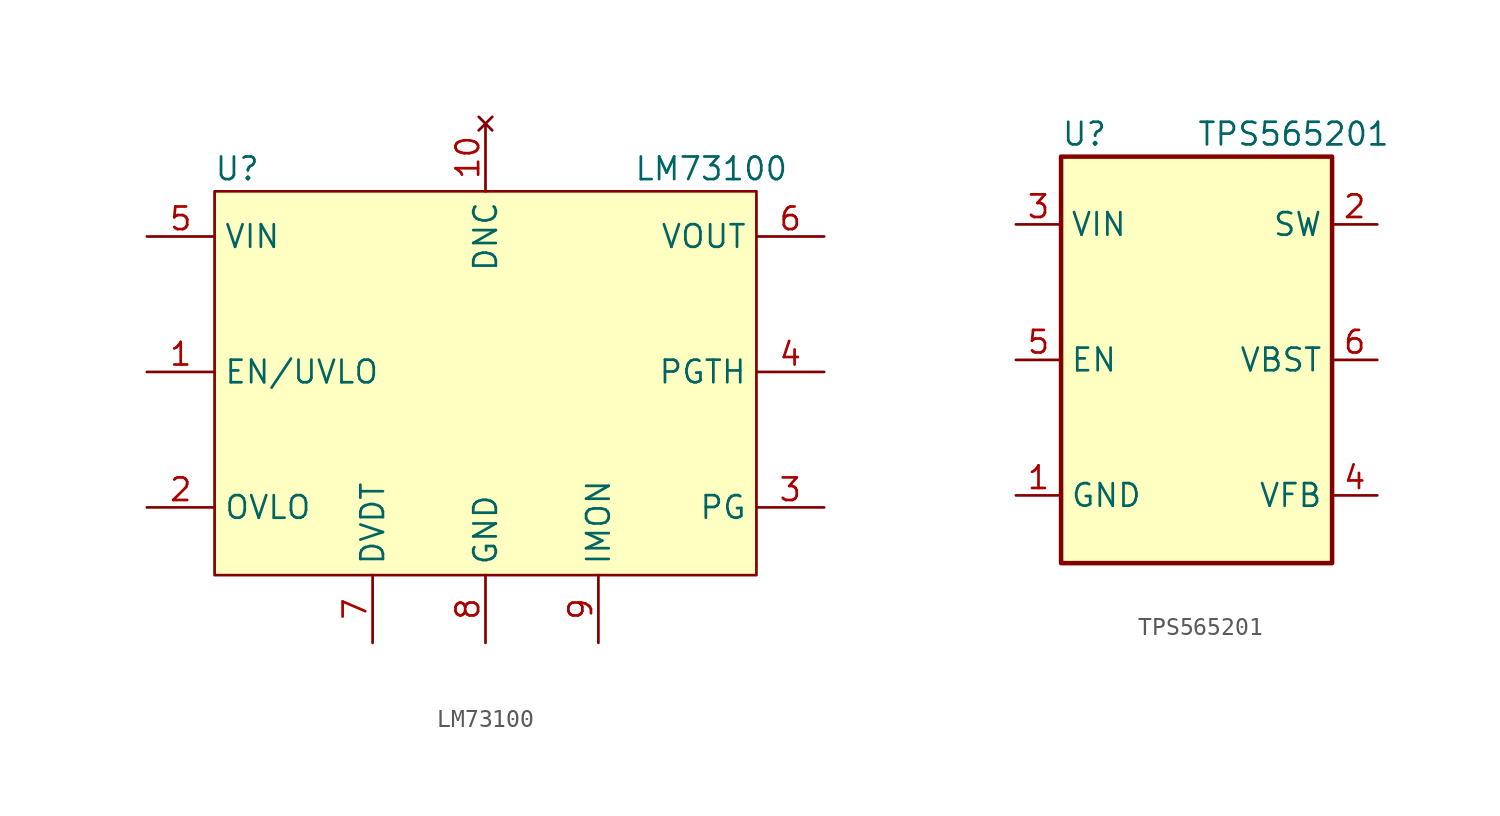
<source format=kicad_sym>
(kicad_symbol_lib
  (version 20241209)
  (generator "kicad_symbol_editor")
  (generator_version "9.0")
  (symbol "LM73100"
    (property "Reference" "U"
      (at -13.97 7.62 0)
      (effects (font (size 1.27 1.27))))
    (property "Value" "LM73100"
      (at 12.7 7.62 0)
      (effects (font (size 1.27 1.27))))
    (symbol "LM73100_0_1"
      (rectangle (start -15.24 6.35) (end 15.24 -15.24) (stroke (width 0) (type default)) (fill (type background))))
    (symbol "LM73100_1_1"
      (pin power_in line (at -19.05 3.81 0) (length 3.81) (name "VIN" (effects (font (size 1.27 1.27)))) (number "5" (effects (font (size 1.27 1.27)))))
      (pin input line (at -19.05 -3.81 0) (length 3.81) (name "EN/UVLO" (effects (font (size 1.27 1.27)))) (number "1" (effects (font (size 1.27 1.27)))))
      (pin input line (at -19.05 -11.43 0) (length 3.81) (name "OVLO" (effects (font (size 1.27 1.27)))) (number "2" (effects (font (size 1.27 1.27)))))
      (pin output line (at -6.35 -19.05 90) (length 3.81) (name "DVDT" (effects (font (size 1.27 1.27)))) (number "7" (effects (font (size 1.27 1.27)))))
      (pin no_connect line (at 0 10.16 270) (length 3.81) (name "DNC" (effects (font (size 1.27 1.27)))) (number "10" (effects (font (size 1.27 1.27)))))
      (pin power_in line (at 0 -19.05 90) (length 3.81) (name "GND" (effects (font (size 1.27 1.27)))) (number "8" (effects (font (size 1.27 1.27)))))
      (pin output line (at 6.35 -19.05 90) (length 3.81) (name "IMON" (effects (font (size 1.27 1.27)))) (number "9" (effects (font (size 1.27 1.27)))))
      (pin power_out line (at 19.05 3.81 180) (length 3.81) (name "VOUT" (effects (font (size 1.27 1.27)))) (number "6" (effects (font (size 1.27 1.27)))))
      (pin input line (at 19.05 -3.81 180) (length 3.81) (name "PGTH" (effects (font (size 1.27 1.27)))) (number "4" (effects (font (size 1.27 1.27)))))
      (pin output line (at 19.05 -11.43 180) (length 3.81) (name "PG" (effects (font (size 1.27 1.27)))) (number "3" (effects (font (size 1.27 1.27)))))))
  (symbol "TPS565201"
    (property "Reference" "U"
      (at -7.62 7.62 0)
      (effects (font (size 1.27 1.27)) (justify left)))
    (property "Value" "TPS565201"
      (at 0 7.62 0)
      (effects (font (size 1.27 1.27)) (justify left)))
    (symbol "TPS565201_0_1"
      (rectangle (start -7.62 6.35) (end 7.62 -16.51) (stroke (width 0.254) (type default)) (fill (type background))))
    (symbol "TPS565201_1_1"
      (pin power_in line (at -10.16 2.54 0) (length 2.54) (name "VIN" (effects (font (size 1.27 1.27)))) (number "3" (effects (font (size 1.27 1.27)))))
      (pin input line (at -10.16 -5.08 0) (length 2.54) (name "EN" (effects (font (size 1.27 1.27)))) (number "5" (effects (font (size 1.27 1.27)))))
      (pin power_in line (at -10.16 -12.7 0) (length 2.54) (name "GND" (effects (font (size 1.27 1.27)))) (number "1" (effects (font (size 1.27 1.27)))))
      (pin output line (at 10.16 2.54 180) (length 2.54) (name "SW" (effects (font (size 1.27 1.27)))) (number "2" (effects (font (size 1.27 1.27)))))
      (pin passive line (at 10.16 -5.08 180) (length 2.54) (name "VBST" (effects (font (size 1.27 1.27)))) (number "6" (effects (font (size 1.27 1.27)))))
      (pin input line (at 10.16 -12.7 180) (length 2.54) (name "VFB" (effects (font (size 1.27 1.27)))) (number "4" (effects (font (size 1.27 1.27))))))))
</source>
